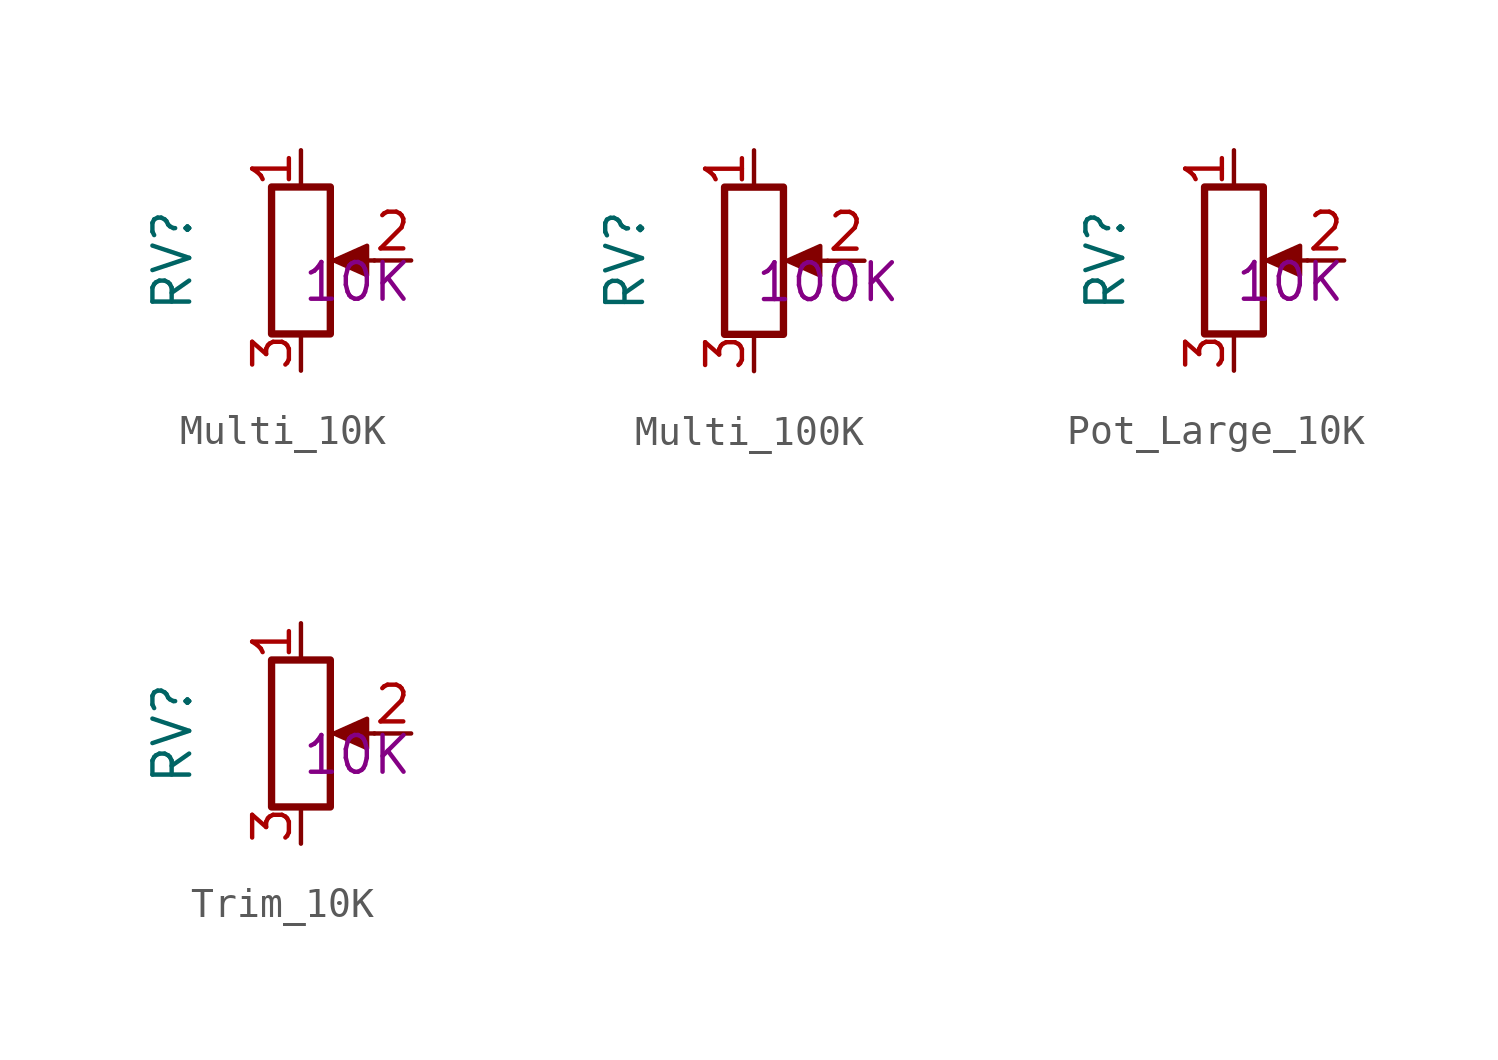
<source format=kicad_sym>
(kicad_symbol_lib
  (version 20211014)
  (generator kicad_symbol_editor)
  (symbol "Multi_10K"
    (pin_names
      (offset 1.016) hide)
    (property "Reference" "RV"
      (at -4.445 0 90)
      (effects (font (size 1.27 1.27))))
    (property "ValShow" "10K"
      (at 0 0 0)
      (effects (font (size 1.27 1.27)) (justify left top)))
    (symbol "Multi_10K_0_1"
      (polyline (pts (xy 2.54 0) (xy 1.524 0)) (stroke (width 0) (type default) (color 0 0 0 0)) (fill (type none)))
      (polyline (pts (xy 1.143 0) (xy 2.286 0.508) (xy 2.286 -0.508) (xy 1.143 0)) (stroke (width 0) (type default) (color 0 0 0 0)) (fill (type outline)))
      (rectangle (start 1.016 2.54) (end -1.016 -2.54) (stroke (width 0.254) (type default) (color 0 0 0 0)) (fill (type none))))
    (symbol "Multi_10K_1_1"
      (pin passive line (at 0 3.81 270) (length 1.27) (name "1" (effects (font (size 1.27 1.27)))) (number "1" (effects (font (size 1.27 1.27)))))
      (pin passive line (at 3.81 0 180) (length 1.27) (name "2" (effects (font (size 1.27 1.27)))) (number "2" (effects (font (size 1.27 1.27)))))
      (pin passive line (at 0 -3.81 90) (length 1.27) (name "3" (effects (font (size 1.27 1.27)))) (number "3" (effects (font (size 1.27 1.27)))))))
  (symbol "Multi_100K"
    (pin_names
      (offset 1.016) hide)
    (property "Reference" "RV"
      (at -4.445 0 90)
      (effects (font (size 1.27 1.27))))
    (property "ValShow" "100K"
      (at 0 0 0)
      (effects (font (size 1.27 1.27)) (justify left top)))
    (symbol "Multi_100K_0_1"
      (polyline (pts (xy 2.54 0) (xy 1.524 0)) (stroke (width 0) (type default) (color 0 0 0 0)) (fill (type none)))
      (polyline (pts (xy 1.143 0) (xy 2.286 0.508) (xy 2.286 -0.508) (xy 1.143 0)) (stroke (width 0) (type default) (color 0 0 0 0)) (fill (type outline)))
      (rectangle (start 1.016 2.54) (end -1.016 -2.54) (stroke (width 0.254) (type default) (color 0 0 0 0)) (fill (type none))))
    (symbol "Multi_100K_1_1"
      (pin passive line (at 0 3.81 270) (length 1.27) (name "1" (effects (font (size 1.27 1.27)))) (number "1" (effects (font (size 1.27 1.27)))))
      (pin passive line (at 3.81 0 180) (length 1.27) (name "2" (effects (font (size 1.27 1.27)))) (number "2" (effects (font (size 1.27 1.27)))))
      (pin passive line (at 0 -3.81 90) (length 1.27) (name "3" (effects (font (size 1.27 1.27)))) (number "3" (effects (font (size 1.27 1.27)))))))
  (symbol "Pot_Large_10K"
    (pin_names
      (offset 1.016) hide)
    (property "Reference" "RV"
      (at -4.445 0 90)
      (effects (font (size 1.27 1.27))))
    (property "ValShow" "10K"
      (at 0 0 0)
      (effects (font (size 1.27 1.27)) (justify left top)))
    (symbol "Pot_Large_10K_0_1"
      (polyline (pts (xy 2.54 0) (xy 1.524 0)) (stroke (width 0) (type default) (color 0 0 0 0)) (fill (type none)))
      (polyline (pts (xy 1.143 0) (xy 2.286 0.508) (xy 2.286 -0.508) (xy 1.143 0)) (stroke (width 0) (type default) (color 0 0 0 0)) (fill (type outline)))
      (rectangle (start 1.016 2.54) (end -1.016 -2.54) (stroke (width 0.254) (type default) (color 0 0 0 0)) (fill (type none))))
    (symbol "Pot_Large_10K_1_1"
      (pin passive line (at 0 3.81 270) (length 1.27) (name "1" (effects (font (size 1.27 1.27)))) (number "1" (effects (font (size 1.27 1.27)))))
      (pin passive line (at 3.81 0 180) (length 1.27) (name "2" (effects (font (size 1.27 1.27)))) (number "2" (effects (font (size 1.27 1.27)))))
      (pin passive line (at 0 -3.81 90) (length 1.27) (name "3" (effects (font (size 1.27 1.27)))) (number "3" (effects (font (size 1.27 1.27)))))))
  (symbol "Trim_10K"
    (pin_names
      (offset 1.016) hide)
    (property "Reference" "RV"
      (at -4.445 0 90)
      (effects (font (size 1.27 1.27))))
    (property "ValShow" "10K"
      (at 0 0 0)
      (effects (font (size 1.27 1.27)) (justify left top)))
    (symbol "Trim_10K_0_1"
      (polyline (pts (xy 2.54 0) (xy 1.524 0)) (stroke (width 0) (type default) (color 0 0 0 0)) (fill (type none)))
      (polyline (pts (xy 1.143 0) (xy 2.286 0.508) (xy 2.286 -0.508) (xy 1.143 0)) (stroke (width 0) (type default) (color 0 0 0 0)) (fill (type outline)))
      (rectangle (start 1.016 2.54) (end -1.016 -2.54) (stroke (width 0.254) (type default) (color 0 0 0 0)) (fill (type none))))
    (symbol "Trim_10K_1_1"
      (pin passive line (at 0 3.81 270) (length 1.27) (name "1" (effects (font (size 1.27 1.27)))) (number "1" (effects (font (size 1.27 1.27)))))
      (pin passive line (at 3.81 0 180) (length 1.27) (name "2" (effects (font (size 1.27 1.27)))) (number "2" (effects (font (size 1.27 1.27)))))
      (pin passive line (at 0 -3.81 90) (length 1.27) (name "3" (effects (font (size 1.27 1.27)))) (number "3" (effects (font (size 1.27 1.27))))))))
</source>
